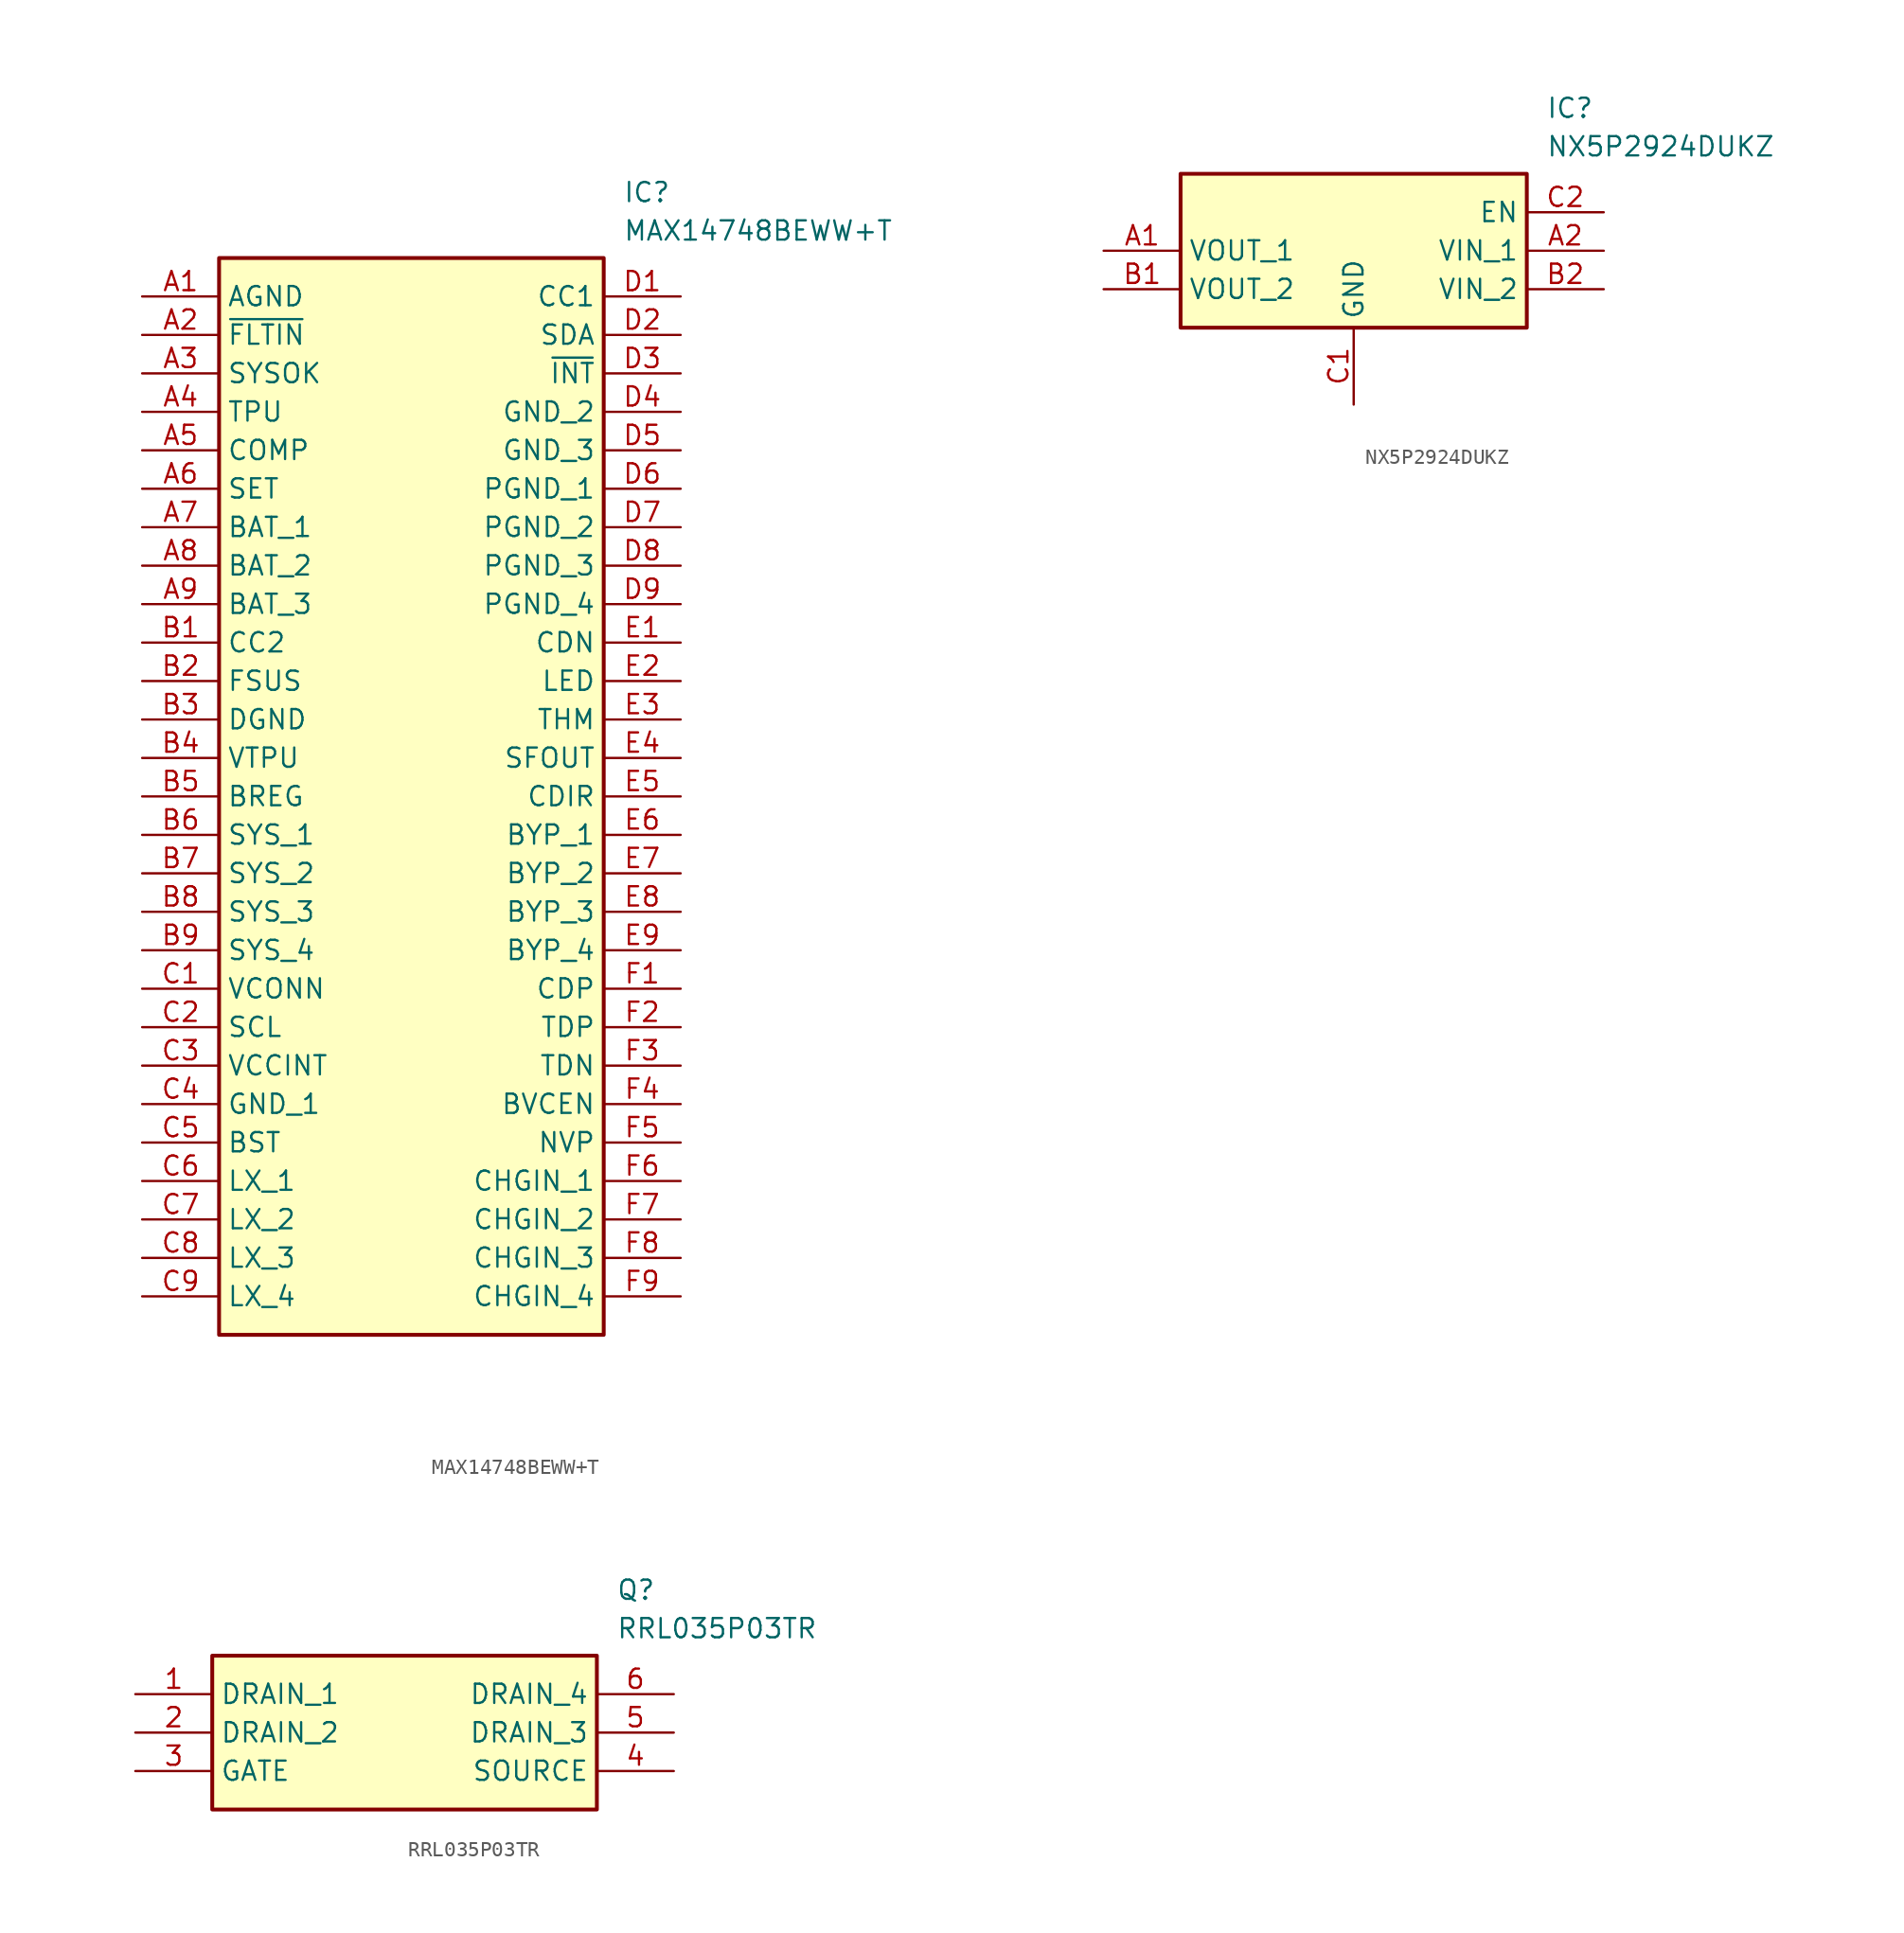
<source format=kicad_sym>
(kicad_symbol_lib
  (version 20241209)
  (generator "kicad_symbol_editor")
  (generator_version "9.0")
  (symbol "MAX14748BEWW+T"
    (property "Reference" "IC"
      (at 31.75 7.62 0)
      (effects (font (size 1.27 1.27)) (justify left top)))
    (property "Value" "MAX14748BEWW+T"
      (at 31.75 5.08 0)
      (effects (font (size 1.27 1.27)) (justify left top)))
    (symbol "MAX14748BEWW+T_1_1"
      (rectangle (start 5.08 2.54) (end 30.48 -68.58) (stroke (width 0.254) (type default)) (fill (type background)))
      (pin passive line (at 0 0 0) (length 5.08) (name "AGND" (effects (font (size 1.27 1.27)))) (number "A1" (effects (font (size 1.27 1.27)))))
      (pin passive line (at 0 -2.54 0) (length 5.08) (name "~{FLTIN}" (effects (font (size 1.27 1.27)))) (number "A2" (effects (font (size 1.27 1.27)))))
      (pin passive line (at 0 -5.08 0) (length 5.08) (name "SYSOK" (effects (font (size 1.27 1.27)))) (number "A3" (effects (font (size 1.27 1.27)))))
      (pin passive line (at 0 -7.62 0) (length 5.08) (name "TPU" (effects (font (size 1.27 1.27)))) (number "A4" (effects (font (size 1.27 1.27)))))
      (pin passive line (at 0 -10.16 0) (length 5.08) (name "COMP" (effects (font (size 1.27 1.27)))) (number "A5" (effects (font (size 1.27 1.27)))))
      (pin passive line (at 0 -12.7 0) (length 5.08) (name "SET" (effects (font (size 1.27 1.27)))) (number "A6" (effects (font (size 1.27 1.27)))))
      (pin passive line (at 0 -15.24 0) (length 5.08) (name "BAT_1" (effects (font (size 1.27 1.27)))) (number "A7" (effects (font (size 1.27 1.27)))))
      (pin passive line (at 0 -17.78 0) (length 5.08) (name "BAT_2" (effects (font (size 1.27 1.27)))) (number "A8" (effects (font (size 1.27 1.27)))))
      (pin passive line (at 0 -20.32 0) (length 5.08) (name "BAT_3" (effects (font (size 1.27 1.27)))) (number "A9" (effects (font (size 1.27 1.27)))))
      (pin passive line (at 0 -22.86 0) (length 5.08) (name "CC2" (effects (font (size 1.27 1.27)))) (number "B1" (effects (font (size 1.27 1.27)))))
      (pin passive line (at 0 -25.4 0) (length 5.08) (name "FSUS" (effects (font (size 1.27 1.27)))) (number "B2" (effects (font (size 1.27 1.27)))))
      (pin passive line (at 0 -27.94 0) (length 5.08) (name "DGND" (effects (font (size 1.27 1.27)))) (number "B3" (effects (font (size 1.27 1.27)))))
      (pin passive line (at 0 -30.48 0) (length 5.08) (name "VTPU" (effects (font (size 1.27 1.27)))) (number "B4" (effects (font (size 1.27 1.27)))))
      (pin passive line (at 0 -33.02 0) (length 5.08) (name "BREG" (effects (font (size 1.27 1.27)))) (number "B5" (effects (font (size 1.27 1.27)))))
      (pin passive line (at 0 -35.56 0) (length 5.08) (name "SYS_1" (effects (font (size 1.27 1.27)))) (number "B6" (effects (font (size 1.27 1.27)))))
      (pin passive line (at 0 -38.1 0) (length 5.08) (name "SYS_2" (effects (font (size 1.27 1.27)))) (number "B7" (effects (font (size 1.27 1.27)))))
      (pin passive line (at 0 -40.64 0) (length 5.08) (name "SYS_3" (effects (font (size 1.27 1.27)))) (number "B8" (effects (font (size 1.27 1.27)))))
      (pin passive line (at 0 -43.18 0) (length 5.08) (name "SYS_4" (effects (font (size 1.27 1.27)))) (number "B9" (effects (font (size 1.27 1.27)))))
      (pin passive line (at 0 -45.72 0) (length 5.08) (name "VCONN" (effects (font (size 1.27 1.27)))) (number "C1" (effects (font (size 1.27 1.27)))))
      (pin passive line (at 0 -48.26 0) (length 5.08) (name "SCL" (effects (font (size 1.27 1.27)))) (number "C2" (effects (font (size 1.27 1.27)))))
      (pin passive line (at 0 -50.8 0) (length 5.08) (name "VCCINT" (effects (font (size 1.27 1.27)))) (number "C3" (effects (font (size 1.27 1.27)))))
      (pin passive line (at 0 -53.34 0) (length 5.08) (name "GND_1" (effects (font (size 1.27 1.27)))) (number "C4" (effects (font (size 1.27 1.27)))))
      (pin passive line (at 0 -55.88 0) (length 5.08) (name "BST" (effects (font (size 1.27 1.27)))) (number "C5" (effects (font (size 1.27 1.27)))))
      (pin passive line (at 0 -58.42 0) (length 5.08) (name "LX_1" (effects (font (size 1.27 1.27)))) (number "C6" (effects (font (size 1.27 1.27)))))
      (pin passive line (at 0 -60.96 0) (length 5.08) (name "LX_2" (effects (font (size 1.27 1.27)))) (number "C7" (effects (font (size 1.27 1.27)))))
      (pin passive line (at 0 -63.5 0) (length 5.08) (name "LX_3" (effects (font (size 1.27 1.27)))) (number "C8" (effects (font (size 1.27 1.27)))))
      (pin passive line (at 0 -66.04 0) (length 5.08) (name "LX_4" (effects (font (size 1.27 1.27)))) (number "C9" (effects (font (size 1.27 1.27)))))
      (pin passive line (at 35.56 0 180) (length 5.08) (name "CC1" (effects (font (size 1.27 1.27)))) (number "D1" (effects (font (size 1.27 1.27)))))
      (pin passive line (at 35.56 -2.54 180) (length 5.08) (name "SDA" (effects (font (size 1.27 1.27)))) (number "D2" (effects (font (size 1.27 1.27)))))
      (pin passive line (at 35.56 -5.08 180) (length 5.08) (name "~{INT}" (effects (font (size 1.27 1.27)))) (number "D3" (effects (font (size 1.27 1.27)))))
      (pin passive line (at 35.56 -7.62 180) (length 5.08) (name "GND_2" (effects (font (size 1.27 1.27)))) (number "D4" (effects (font (size 1.27 1.27)))))
      (pin passive line (at 35.56 -10.16 180) (length 5.08) (name "GND_3" (effects (font (size 1.27 1.27)))) (number "D5" (effects (font (size 1.27 1.27)))))
      (pin passive line (at 35.56 -12.7 180) (length 5.08) (name "PGND_1" (effects (font (size 1.27 1.27)))) (number "D6" (effects (font (size 1.27 1.27)))))
      (pin passive line (at 35.56 -15.24 180) (length 5.08) (name "PGND_2" (effects (font (size 1.27 1.27)))) (number "D7" (effects (font (size 1.27 1.27)))))
      (pin passive line (at 35.56 -17.78 180) (length 5.08) (name "PGND_3" (effects (font (size 1.27 1.27)))) (number "D8" (effects (font (size 1.27 1.27)))))
      (pin passive line (at 35.56 -20.32 180) (length 5.08) (name "PGND_4" (effects (font (size 1.27 1.27)))) (number "D9" (effects (font (size 1.27 1.27)))))
      (pin passive line (at 35.56 -22.86 180) (length 5.08) (name "CDN" (effects (font (size 1.27 1.27)))) (number "E1" (effects (font (size 1.27 1.27)))))
      (pin passive line (at 35.56 -25.4 180) (length 5.08) (name "LED" (effects (font (size 1.27 1.27)))) (number "E2" (effects (font (size 1.27 1.27)))))
      (pin passive line (at 35.56 -27.94 180) (length 5.08) (name "THM" (effects (font (size 1.27 1.27)))) (number "E3" (effects (font (size 1.27 1.27)))))
      (pin passive line (at 35.56 -30.48 180) (length 5.08) (name "SFOUT" (effects (font (size 1.27 1.27)))) (number "E4" (effects (font (size 1.27 1.27)))))
      (pin passive line (at 35.56 -33.02 180) (length 5.08) (name "CDIR" (effects (font (size 1.27 1.27)))) (number "E5" (effects (font (size 1.27 1.27)))))
      (pin passive line (at 35.56 -35.56 180) (length 5.08) (name "BYP_1" (effects (font (size 1.27 1.27)))) (number "E6" (effects (font (size 1.27 1.27)))))
      (pin passive line (at 35.56 -38.1 180) (length 5.08) (name "BYP_2" (effects (font (size 1.27 1.27)))) (number "E7" (effects (font (size 1.27 1.27)))))
      (pin passive line (at 35.56 -40.64 180) (length 5.08) (name "BYP_3" (effects (font (size 1.27 1.27)))) (number "E8" (effects (font (size 1.27 1.27)))))
      (pin passive line (at 35.56 -43.18 180) (length 5.08) (name "BYP_4" (effects (font (size 1.27 1.27)))) (number "E9" (effects (font (size 1.27 1.27)))))
      (pin passive line (at 35.56 -45.72 180) (length 5.08) (name "CDP" (effects (font (size 1.27 1.27)))) (number "F1" (effects (font (size 1.27 1.27)))))
      (pin passive line (at 35.56 -48.26 180) (length 5.08) (name "TDP" (effects (font (size 1.27 1.27)))) (number "F2" (effects (font (size 1.27 1.27)))))
      (pin passive line (at 35.56 -50.8 180) (length 5.08) (name "TDN" (effects (font (size 1.27 1.27)))) (number "F3" (effects (font (size 1.27 1.27)))))
      (pin passive line (at 35.56 -53.34 180) (length 5.08) (name "BVCEN" (effects (font (size 1.27 1.27)))) (number "F4" (effects (font (size 1.27 1.27)))))
      (pin passive line (at 35.56 -55.88 180) (length 5.08) (name "NVP" (effects (font (size 1.27 1.27)))) (number "F5" (effects (font (size 1.27 1.27)))))
      (pin passive line (at 35.56 -58.42 180) (length 5.08) (name "CHGIN_1" (effects (font (size 1.27 1.27)))) (number "F6" (effects (font (size 1.27 1.27)))))
      (pin passive line (at 35.56 -60.96 180) (length 5.08) (name "CHGIN_2" (effects (font (size 1.27 1.27)))) (number "F7" (effects (font (size 1.27 1.27)))))
      (pin passive line (at 35.56 -63.5 180) (length 5.08) (name "CHGIN_3" (effects (font (size 1.27 1.27)))) (number "F8" (effects (font (size 1.27 1.27)))))
      (pin passive line (at 35.56 -66.04 180) (length 5.08) (name "CHGIN_4" (effects (font (size 1.27 1.27)))) (number "F9" (effects (font (size 1.27 1.27)))))))
  (symbol "NX5P2924DUKZ"
    (property "Reference" "IC"
      (at 29.21 7.62 0)
      (effects (font (size 1.27 1.27)) (justify left top)))
    (property "Value" "NX5P2924DUKZ"
      (at 29.21 5.08 0)
      (effects (font (size 1.27 1.27)) (justify left top)))
    (symbol "NX5P2924DUKZ_1_1"
      (rectangle (start 5.08 2.54) (end 27.94 -7.62) (stroke (width 0.254) (type default)) (fill (type background)))
      (pin passive line (at 0 -2.54 0) (length 5.08) (name "VOUT_1" (effects (font (size 1.27 1.27)))) (number "A1" (effects (font (size 1.27 1.27)))))
      (pin passive line (at 0 -5.08 0) (length 5.08) (name "VOUT_2" (effects (font (size 1.27 1.27)))) (number "B1" (effects (font (size 1.27 1.27)))))
      (pin passive line (at 16.51 -12.7 90) (length 5.08) (name "GND" (effects (font (size 1.27 1.27)))) (number "C1" (effects (font (size 1.27 1.27)))))
      (pin passive line (at 33.02 0 180) (length 5.08) (name "EN" (effects (font (size 1.27 1.27)))) (number "C2" (effects (font (size 1.27 1.27)))))
      (pin passive line (at 33.02 -2.54 180) (length 5.08) (name "VIN_1" (effects (font (size 1.27 1.27)))) (number "A2" (effects (font (size 1.27 1.27)))))
      (pin passive line (at 33.02 -5.08 180) (length 5.08) (name "VIN_2" (effects (font (size 1.27 1.27)))) (number "B2" (effects (font (size 1.27 1.27)))))))
  (symbol "RRL035P03TR"
    (property "Reference" "Q"
      (at 31.75 7.62 0)
      (effects (font (size 1.27 1.27)) (justify left top)))
    (property "Value" "RRL035P03TR"
      (at 31.75 5.08 0)
      (effects (font (size 1.27 1.27)) (justify left top)))
    (symbol "RRL035P03TR_1_1"
      (rectangle (start 5.08 2.54) (end 30.48 -7.62) (stroke (width 0.254) (type default)) (fill (type background)))
      (pin passive line (at 0 0 0) (length 5.08) (name "DRAIN_1" (effects (font (size 1.27 1.27)))) (number "1" (effects (font (size 1.27 1.27)))))
      (pin passive line (at 0 -2.54 0) (length 5.08) (name "DRAIN_2" (effects (font (size 1.27 1.27)))) (number "2" (effects (font (size 1.27 1.27)))))
      (pin passive line (at 0 -5.08 0) (length 5.08) (name "GATE" (effects (font (size 1.27 1.27)))) (number "3" (effects (font (size 1.27 1.27)))))
      (pin passive line (at 35.56 0 180) (length 5.08) (name "DRAIN_4" (effects (font (size 1.27 1.27)))) (number "6" (effects (font (size 1.27 1.27)))))
      (pin passive line (at 35.56 -2.54 180) (length 5.08) (name "DRAIN_3" (effects (font (size 1.27 1.27)))) (number "5" (effects (font (size 1.27 1.27)))))
      (pin passive line (at 35.56 -5.08 180) (length 5.08) (name "SOURCE" (effects (font (size 1.27 1.27)))) (number "4" (effects (font (size 1.27 1.27))))))))
</source>
